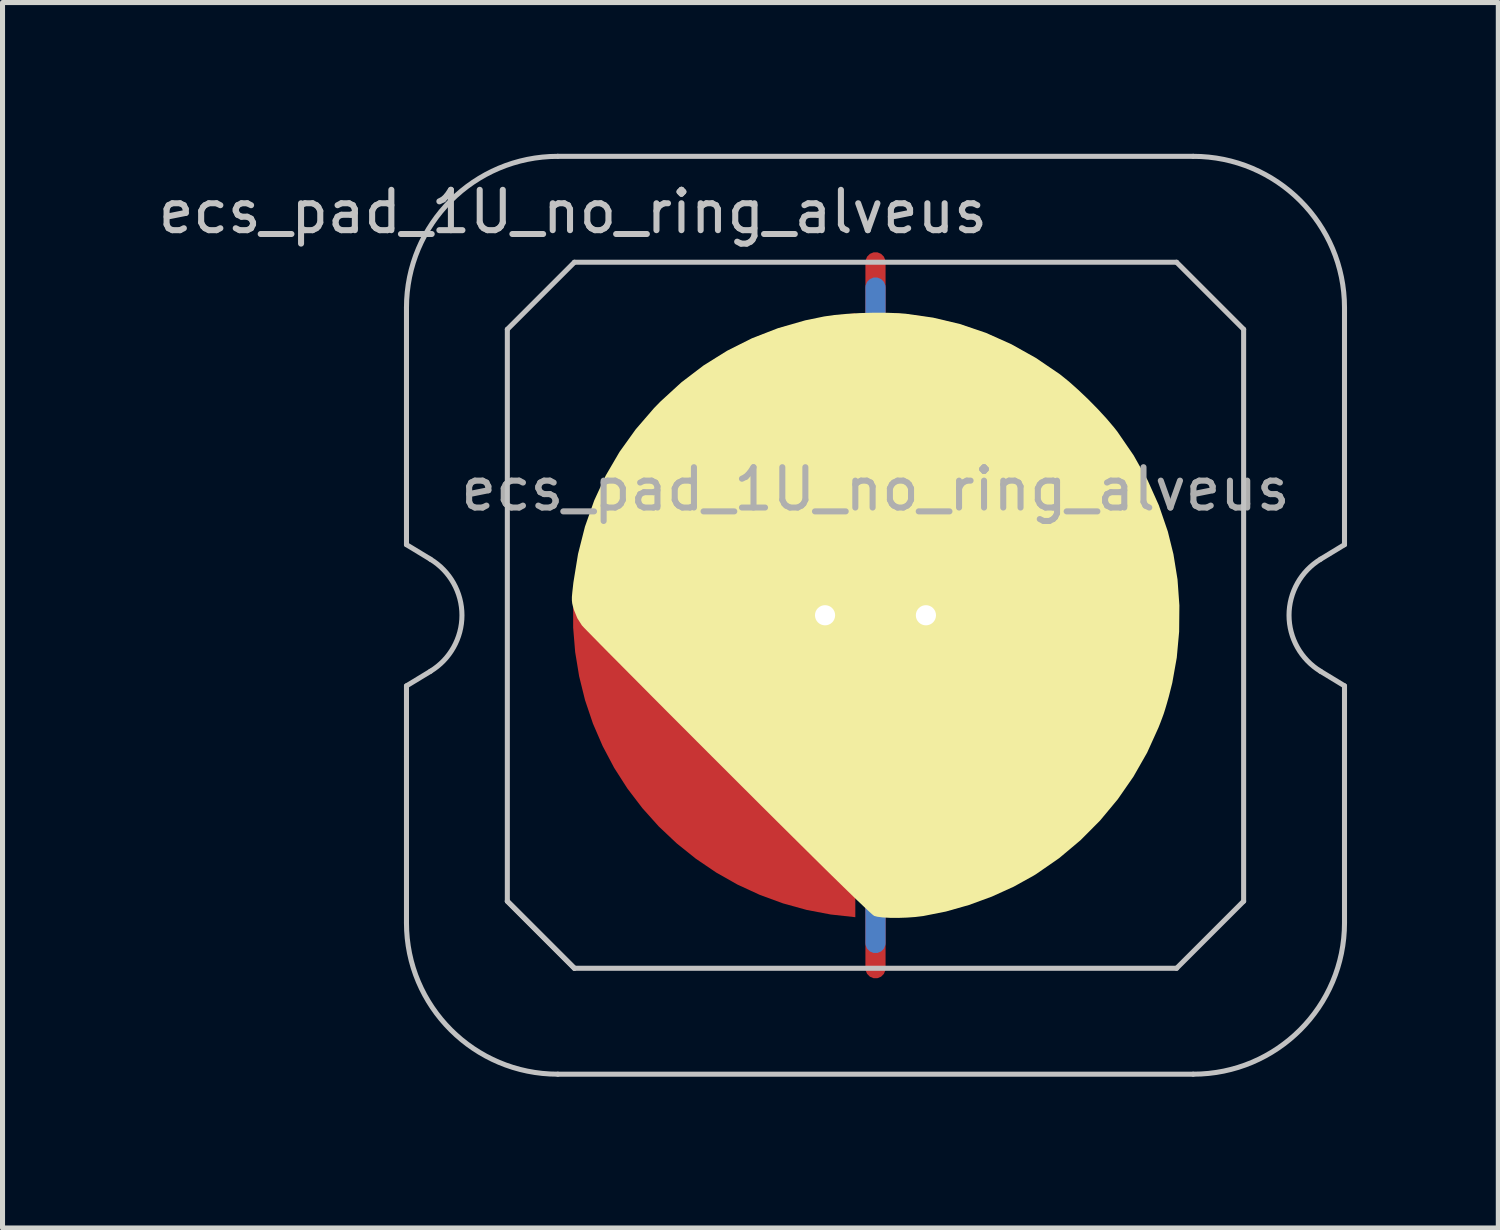
<source format=kicad_pcb>
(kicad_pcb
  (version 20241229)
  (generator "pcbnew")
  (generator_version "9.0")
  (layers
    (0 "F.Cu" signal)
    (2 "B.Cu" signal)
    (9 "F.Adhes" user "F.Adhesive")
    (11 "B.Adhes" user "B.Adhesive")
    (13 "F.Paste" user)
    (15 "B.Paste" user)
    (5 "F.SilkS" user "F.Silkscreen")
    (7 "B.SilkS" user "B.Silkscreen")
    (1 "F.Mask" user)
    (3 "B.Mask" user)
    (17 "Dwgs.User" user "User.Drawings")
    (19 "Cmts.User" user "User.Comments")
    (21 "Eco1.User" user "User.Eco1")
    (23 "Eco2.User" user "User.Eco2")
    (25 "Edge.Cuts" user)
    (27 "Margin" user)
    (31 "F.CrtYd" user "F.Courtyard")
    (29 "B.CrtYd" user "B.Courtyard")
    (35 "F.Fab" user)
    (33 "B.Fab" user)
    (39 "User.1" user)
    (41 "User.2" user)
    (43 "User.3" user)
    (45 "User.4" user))
  (footprint "ecs_pad_1U_no_ring_alveus"
    (layer "F.Cu")
    (at 14.31 9.15)
    (property "Reference" "ecs_pad_1U_no_ring_alveus" (at -6 -8 0) (layer "Dwgs.User") (effects (font (size 0.8 0.8) (thickness 0.12))))
    (attr smd)
    (fp_poly (pts (xy 0.226 -5.998) (xy 0.47 -5.989) (xy 0.6 -5.979) (xy 1.141 -5.902) (xy 1.672 -5.776) (xy 2.19 -5.6) (xy 2.693 -5.375) (xy 3.181 -5.102) (xy 3.653 -4.781) (xy 3.67 -4.768) (xy 3.836 -4.634) (xy 4.021 -4.469) (xy 4.215 -4.285) (xy 4.405 -4.092) (xy 4.581 -3.901) (xy 4.731 -3.724) (xy 4.794 -3.644) (xy 5.118 -3.172) (xy 5.393 -2.684) (xy 5.619 -2.18) (xy 5.797 -1.66) (xy 5.908 -1.211) (xy 5.989 -0.71) (xy 6.026 -0.195) (xy 6.021 0.326) (xy 5.974 0.841) (xy 5.885 1.341) (xy 5.817 1.61) (xy 5.777 1.752) (xy 5.745 1.86) (xy 5.717 1.949) (xy 5.686 2.034) (xy 5.649 2.132) (xy 5.611 2.228) (xy 5.386 2.725) (xy 5.115 3.2) (xy 4.803 3.65) (xy 4.452 4.072) (xy 4.065 4.461) (xy 3.645 4.814) (xy 3.195 5.126) (xy 3.143 5.159) (xy 2.741 5.382) (xy 2.307 5.579) (xy 1.854 5.745) (xy 1.396 5.875) (xy 0.947 5.964) (xy 0.791 5.983) (xy 0.622 5.995) (xy 0.451 6.001) (xy 0.289 6) (xy 0.147 5.992) (xy 0.036 5.978) (xy -0.026 5.961) (xy -0.058 5.937) (xy -0.125 5.877) (xy -0.228 5.78) (xy -0.366 5.649) (xy -0.538 5.482) (xy -0.744 5.281) (xy -0.983 5.047) (xy -1.255 4.778) (xy -1.559 4.477) (xy -1.896 4.143) (xy -2.264 3.777) (xy -2.663 3.379) (xy -2.92 3.122) (xy -3.239 2.804) (xy -3.549 2.494) (xy -3.847 2.195) (xy -4.133 1.909) (xy -4.404 1.637) (xy -4.657 1.382) (xy -4.891 1.147) (xy -5.104 0.932) (xy -5.294 0.741) (xy -5.458 0.575) (xy -5.594 0.436) (xy -5.701 0.327) (xy -5.777 0.249) (xy -5.818 0.205) (xy -5.824 0.197) (xy -5.912 0.059) (xy -5.979 -0.105) (xy -5.979 -0.106) (xy -6 -0.177) (xy -6.014 -0.236) (xy -6.02 -0.294) (xy -6.02 -0.363) (xy -6.012 -0.454) (xy -5.998 -0.579) (xy -5.99 -0.651) (xy -5.898 -1.216) (xy -5.761 -1.757) (xy -5.578 -2.275) (xy -5.35 -2.769) (xy -5.075 -3.24) (xy -4.755 -3.686) (xy -4.39 -4.109) (xy -4.264 -4.238) (xy -3.848 -4.619) (xy -3.407 -4.955) (xy -2.94 -5.246) (xy -2.45 -5.492) (xy -1.935 -5.692) (xy -1.396 -5.847) (xy -1.018 -5.925) (xy -0.814 -5.954) (xy -0.573 -5.976) (xy -0.31 -5.992) (xy -0.039 -5.999)) (stroke (width 0) (type solid)) (fill yes) (layer "F.SilkS"))
    (fp_line (start -9.3 -2.805) (end -9.3 -6.1) (stroke (width 0.1) (type solid)) (layer "Dwgs.User"))
    (fp_line (start -9.3 -1.4) (end -9.3 -2.805) (stroke (width 0.1) (type solid)) (layer "Dwgs.User"))
    (fp_line (start -9.3 1.4) (end -8.824 1.111) (stroke (width 0.1) (type solid)) (layer "Dwgs.User"))
    (fp_line (start -9.3 2.805) (end -9.3 1.4) (stroke (width 0.1) (type solid)) (layer "Dwgs.User"))
    (fp_line (start -9.3 6.1) (end -9.3 2.805) (stroke (width 0.1) (type solid)) (layer "Dwgs.User"))
    (fp_line (start -8.824 -1.111) (end -9.3 -1.4) (stroke (width 0.1) (type solid)) (layer "Dwgs.User"))
    (fp_line (start -7.3 -5.67) (end -5.97 -7) (stroke (width 0.1) (type solid)) (layer "Dwgs.User"))
    (fp_line (start -7.3 5.67) (end -7.3 -5.67) (stroke (width 0.1) (type solid)) (layer "Dwgs.User"))
    (fp_line (start -7.3 5.67) (end -5.97 7) (stroke (width 0.1) (type solid)) (layer "Dwgs.User"))
    (fp_line (start -6.3 -9.1) (end 6.3 -9.1) (stroke (width 0.1) (type solid)) (layer "Dwgs.User"))
    (fp_line (start -5.97 -7) (end 5.97 -7) (stroke (width 0.1) (type solid)) (layer "Dwgs.User"))
    (fp_line (start -5.97 7) (end -7.3 5.67) (stroke (width 0.1) (type solid)) (layer "Dwgs.User"))
    (fp_line (start 5.97 -7) (end 7.3 -5.67) (stroke (width 0.1) (type solid)) (layer "Dwgs.User"))
    (fp_line (start 5.97 7) (end -5.97 7) (stroke (width 0.1) (type solid)) (layer "Dwgs.User"))
    (fp_line (start 6.3 9.1) (end -6.3 9.1) (stroke (width 0.1) (type solid)) (layer "Dwgs.User"))
    (fp_line (start 7.3 -5.67) (end 7.3 5.67) (stroke (width 0.1) (type solid)) (layer "Dwgs.User"))
    (fp_line (start 7.3 5.67) (end 5.97 7) (stroke (width 0.1) (type solid)) (layer "Dwgs.User"))
    (fp_line (start 8.824 1.111) (end 9.3 1.4) (stroke (width 0.1) (type solid)) (layer "Dwgs.User"))
    (fp_line (start 9.3 -6.1) (end 9.3 -2.805) (stroke (width 0.1) (type solid)) (layer "Dwgs.User"))
    (fp_line (start 9.3 -2.805) (end 9.3 -1.4) (stroke (width 0.1) (type solid)) (layer "Dwgs.User"))
    (fp_line (start 9.3 -1.4) (end 8.824 -1.111) (stroke (width 0.1) (type solid)) (layer "Dwgs.User"))
    (fp_line (start 9.3 1.4) (end 9.3 2.805) (stroke (width 0.1) (type solid)) (layer "Dwgs.User"))
    (fp_line (start 9.3 2.805) (end 9.3 6.1) (stroke (width 0.1) (type solid)) (layer "Dwgs.User"))
    (fp_arc (start -9.3 -6.1) (mid -8.42132 -8.22132) (end -6.3 -9.1) (stroke (width 0.1) (type solid)) (layer "Dwgs.User"))
    (fp_arc (start -8.824333 -1.110619) (mid -8.2 0) (end -8.824333 1.110619) (stroke (width 0.1) (type solid)) (layer "Dwgs.User"))
    (fp_arc (start -6.3 9.1) (mid -8.42132 8.22132) (end -9.3 6.1) (stroke (width 0.1) (type solid)) (layer "Dwgs.User"))
    (fp_arc (start 6.3 -9.1) (mid 8.42132 -8.22132) (end 9.3 -6.1) (stroke (width 0.1) (type solid)) (layer "Dwgs.User"))
    (fp_arc (start 8.824333 1.110619) (mid 8.2 0) (end 8.824333 -1.110619) (stroke (width 0.1) (type solid)) (layer "Dwgs.User"))
    (fp_arc (start 9.3 6.1) (mid 8.42132 8.22132) (end 6.3 9.1) (stroke (width 0.1) (type solid)) (layer "Dwgs.User"))
    (fp_text user "${REFERENCE}" (at 0 -2.5 0) (layer "F.Fab") (effects (font (size 0.8 0.8) (thickness 0.12))))
    (pad "1" smd custom (at -1 0) (size 0.4 0.4) (layers "F.Cu") (options (anchor circle)) (primitives (gr_poly (pts (xy 0.6 -2.214) (xy 0.32 -2.145) (xy 0.052 -2.041) (xy -0.201 -1.903) (xy -0.434 -1.734) (xy -0.644 -1.536) (xy -0.826 -1.314) (xy -0.979 -1.07) (xy -1.1 -0.808) (xy -1.186 -0.534) (xy -1.236 -0.25) (xy 0 -0.25) (xy 0.096 -0.231) (xy 0.177 -0.177) (xy 0.231 -0.096) (xy 0.25 0) (xy 0.231 0.096) (xy 0.177 0.177) (xy 0.096 0.231) (xy 0 0.25) (xy -1.236 0.25) (xy -1.186 0.534) (xy -1.1 0.808) (xy -0.979 1.07) (xy -0.826 1.314) (xy -0.644 1.536) (xy -0.434 1.734) (xy -0.201 1.903) (xy 0.052 2.041) (xy 0.32 2.145) (xy 0.6 2.214) (xy 0.6 5.987) (xy 0.115 5.934) (xy -0.364 5.843) (xy -0.834 5.713) (xy -1.292 5.545) (xy -1.735 5.341) (xy -2.159 5.101) (xy -2.563 4.827) (xy -2.943 4.522) (xy -3.298 4.187) (xy -3.623 3.824) (xy -3.919 3.436) (xy -4.182 3.025) (xy -4.41 2.594) (xy -4.603 2.147) (xy -4.759 1.684) (xy -4.876 1.211) (xy -4.955 0.73) (xy -4.995 0.244) (xy -4.995 -0.244) (xy -4.955 -0.73) (xy -4.876 -1.211) (xy -4.759 -1.684) (xy -4.603 -2.147) (xy -4.41 -2.594) (xy -4.182 -3.025) (xy -3.919 -3.436) (xy -3.623 -3.824) (xy -3.298 -4.187) (xy -2.943 -4.522) (xy -2.563 -4.827) (xy -2.159 -5.101) (xy -1.735 -5.341) (xy -1.292 -5.545) (xy -0.834 -5.713) (xy -0.364 -5.843) (xy 0.115 -5.934) (xy 0.6 -5.987)) (width 0) (fill yes))))
    (pad "1" thru_hole circle (at -1 0) (size 0.8 0.8) (drill 0.4) (layers "*.Cu"))
    (pad "2" smd custom (at 1 0 180) (size 0.4 0.4) (layers "F.Cu") (options (anchor circle)) (primitives (gr_poly (pts (xy 0.6 -2.214) (xy 0.32 -2.145) (xy 0.052 -2.041) (xy -0.201 -1.903) (xy -0.434 -1.734) (xy -0.644 -1.536) (xy -0.826 -1.314) (xy -0.979 -1.07) (xy -1.1 -0.808) (xy -1.186 -0.534) (xy -1.236 -0.25) (xy 0 -0.25) (xy 0.096 -0.231) (xy 0.177 -0.177) (xy 0.231 -0.096) (xy 0.25 0) (xy 0.231 0.096) (xy 0.177 0.177) (xy 0.096 0.231) (xy 0 0.25) (xy -1.236 0.25) (xy -1.186 0.534) (xy -1.1 0.808) (xy -0.979 1.07) (xy -0.826 1.314) (xy -0.644 1.536) (xy -0.434 1.734) (xy -0.201 1.903) (xy 0.052 2.041) (xy 0.32 2.145) (xy 0.6 2.214) (xy 0.6 5.987) (xy 0.115 5.934) (xy -0.364 5.843) (xy -0.834 5.713) (xy -1.292 5.545) (xy -1.735 5.341) (xy -2.159 5.101) (xy -2.563 4.827) (xy -2.943 4.522) (xy -3.298 4.187) (xy -3.623 3.824) (xy -3.919 3.436) (xy -4.182 3.025) (xy -4.41 2.594) (xy -4.603 2.147) (xy -4.759 1.684) (xy -4.876 1.211) (xy -4.955 0.73) (xy -4.995 0.244) (xy -4.995 -0.244) (xy -4.955 -0.73) (xy -4.876 -1.211) (xy -4.759 -1.684) (xy -4.603 -2.147) (xy -4.41 -2.594) (xy -4.182 -3.025) (xy -3.919 -3.436) (xy -3.623 -3.824) (xy -3.298 -4.187) (xy -2.943 -4.522) (xy -2.563 -4.827) (xy -2.159 -5.101) (xy -1.735 -5.341) (xy -1.292 -5.545) (xy -0.834 -5.713) (xy -0.364 -5.843) (xy 0.115 -5.934) (xy 0.6 -5.987)) (width 0) (fill yes))))
    (pad "2" thru_hole circle (at 1 0) (size 0.8 0.8) (drill 0.4) (layers "*.Cu"))
    (pad "3" smd custom (at 0 0) (size 0.4 0.4) (layers "F.Cu") (options (anchor rect)) (primitives (gr_line (start 0 -7) (end 0 7) (width 0.4))))
    (pad "3" smd custom (at 0 0) (size 0.4 0.4) (layers "B.Cu") (options (anchor rect)) (primitives (gr_line (start 0 -6.5) (end 0 6.5) (width 0.4))))
    (zone (net_name "") (layer "F.Cu") (hatch edge 0.508) (connect_pads) (min_thickness 0.254) (filled_areas_thickness no) (keepout (tracks allowed) (vias allowed) (pads allowed) (copperpour not_allowed) (footprints allowed)) (placement (enabled no)) (fill) (polygon (pts (xy 21.314 9.15) (xy 21.296 8.637) (xy 21.239 8.127) (xy 21.146 7.622) (xy 21.015 7.125) (xy 20.849 6.64) (xy 20.648 6.167) (xy 20.412 5.711) (xy 20.144 5.274) (xy 19.844 4.857) (xy 19.515 4.463) (xy 19.158 4.094) (xy 18.775 3.753) (xy 18.367 3.44) (xy 17.938 3.158) (xy 17.49 2.909) (xy 17.024 2.692) (xy 16.544 2.511) (xy 16.052 2.365) (xy 15.55 2.256) (xy 15.042 2.183) (xy 14.53 2.149) (xy 14.016 2.151) (xy 13.504 2.192) (xy 12.997 2.269) (xy 12.497 2.384) (xy 12.006 2.535) (xy 11.528 2.721) (xy 11.064 2.942) (xy 10.618 3.197) (xy 10.192 3.483) (xy 9.788 3.8) (xy 9.408 4.145) (xy 9.055 4.518) (xy 8.73 4.915) (xy 8.435 5.335) (xy 8.171 5.775) (xy 7.94 6.234) (xy 7.744 6.708) (xy 7.583 7.196) (xy 7.458 7.694) (xy 7.369 8.199) (xy 7.318 8.71) (xy 7.305 9.223) (xy 7.329 9.736) (xy 7.391 10.246) (xy 7.49 10.75) (xy 7.625 11.245) (xy 7.797 11.729) (xy 8.003 12.199) (xy 8.243 12.652) (xy 8.516 13.087) (xy 8.82 13.501) (xy 9.153 13.891) (xy 9.514 14.256) (xy 9.901 14.594) (xy 10.312 14.902) (xy 10.744 15.179) (xy 11.195 15.424) (xy 11.663 15.636) (xy 12.145 15.812) (xy 12.639 15.953) (xy 13.141 16.057) (xy 13.65 16.124) (xy 14.163 16.153) (xy 14.676 16.145) (xy 15.187 16.1) (xy 15.694 16.017) (xy 16.193 15.897) (xy 16.682 15.741) (xy 17.159 15.549) (xy 17.62 15.323) (xy 18.063 15.064) (xy 18.486 14.774) (xy 18.887 14.453) (xy 19.263 14.103) (xy 19.612 13.727) (xy 19.933 13.326) (xy 20.224 12.903) (xy 20.483 12.46) (xy 20.709 11.999) (xy 20.9 11.523) (xy 21.056 11.034) (xy 21.176 10.535) (xy 21.259 10.028) (xy 21.305 9.517))))
    (zone (net_name "") (layer "B.Cu") (hatch edge 0.508) (connect_pads) (min_thickness 0.254) (filled_areas_thickness no) (keepout (tracks allowed) (vias allowed) (pads allowed) (copperpour not_allowed) (footprints allowed)) (placement (enabled no)) (fill) (polygon (pts (xy 20.868 9.15) (xy 20.848 8.635) (xy 20.787 8.124) (xy 20.687 7.619) (xy 20.547 7.123) (xy 20.369 6.64) (xy 20.153 6.173) (xy 19.901 5.723) (xy 19.615 5.295) (xy 19.296 4.891) (xy 18.947 4.513) (xy 18.569 4.163) (xy 18.164 3.844) (xy 17.736 3.558) (xy 17.287 3.307) (xy 16.819 3.091) (xy 16.336 2.913) (xy 15.841 2.773) (xy 15.335 2.672) (xy 14.824 2.612) (xy 14.31 2.592) (xy 13.795 2.612) (xy 13.284 2.672) (xy 12.779 2.773) (xy 12.283 2.913) (xy 11.8 3.091) (xy 11.332 3.307) (xy 10.883 3.558) (xy 10.455 3.844) (xy 10.05 4.163) (xy 9.672 4.513) (xy 9.323 4.891) (xy 9.004 5.295) (xy 8.718 5.723) (xy 8.466 6.173) (xy 8.25 6.64) (xy 8.072 7.123) (xy 7.932 7.619) (xy 7.832 8.124) (xy 7.771 8.635) (xy 7.751 9.15) (xy 7.771 9.665) (xy 7.832 10.176) (xy 7.932 10.681) (xy 8.072 11.177) (xy 8.25 11.66) (xy 8.466 12.127) (xy 8.718 12.577) (xy 9.004 13.005) (xy 9.323 13.409) (xy 9.672 13.787) (xy 10.05 14.137) (xy 10.455 14.456) (xy 10.883 14.742) (xy 11.332 14.993) (xy 11.8 15.209) (xy 12.283 15.387) (xy 12.779 15.527) (xy 13.284 15.628) (xy 13.795 15.688) (xy 14.31 15.708) (xy 14.824 15.688) (xy 15.335 15.628) (xy 15.841 15.527) (xy 16.336 15.387) (xy 16.819 15.209) (xy 17.287 14.993) (xy 17.736 14.742) (xy 18.164 14.456) (xy 18.569 14.137) (xy 18.947 13.787) (xy 19.296 13.409) (xy 19.615 13.005) (xy 19.901 12.577) (xy 20.153 12.127) (xy 20.369 11.66) (xy 20.547 11.177) (xy 20.687 10.681) (xy 20.787 10.176) (xy 20.848 9.665)))))
  (gr_rect
    (start -3 -3)
    (end 26.66 21.3)
    (stroke (width 0.1) (type default))
    (fill no)
    (layer "Edge.Cuts")))
</source>
